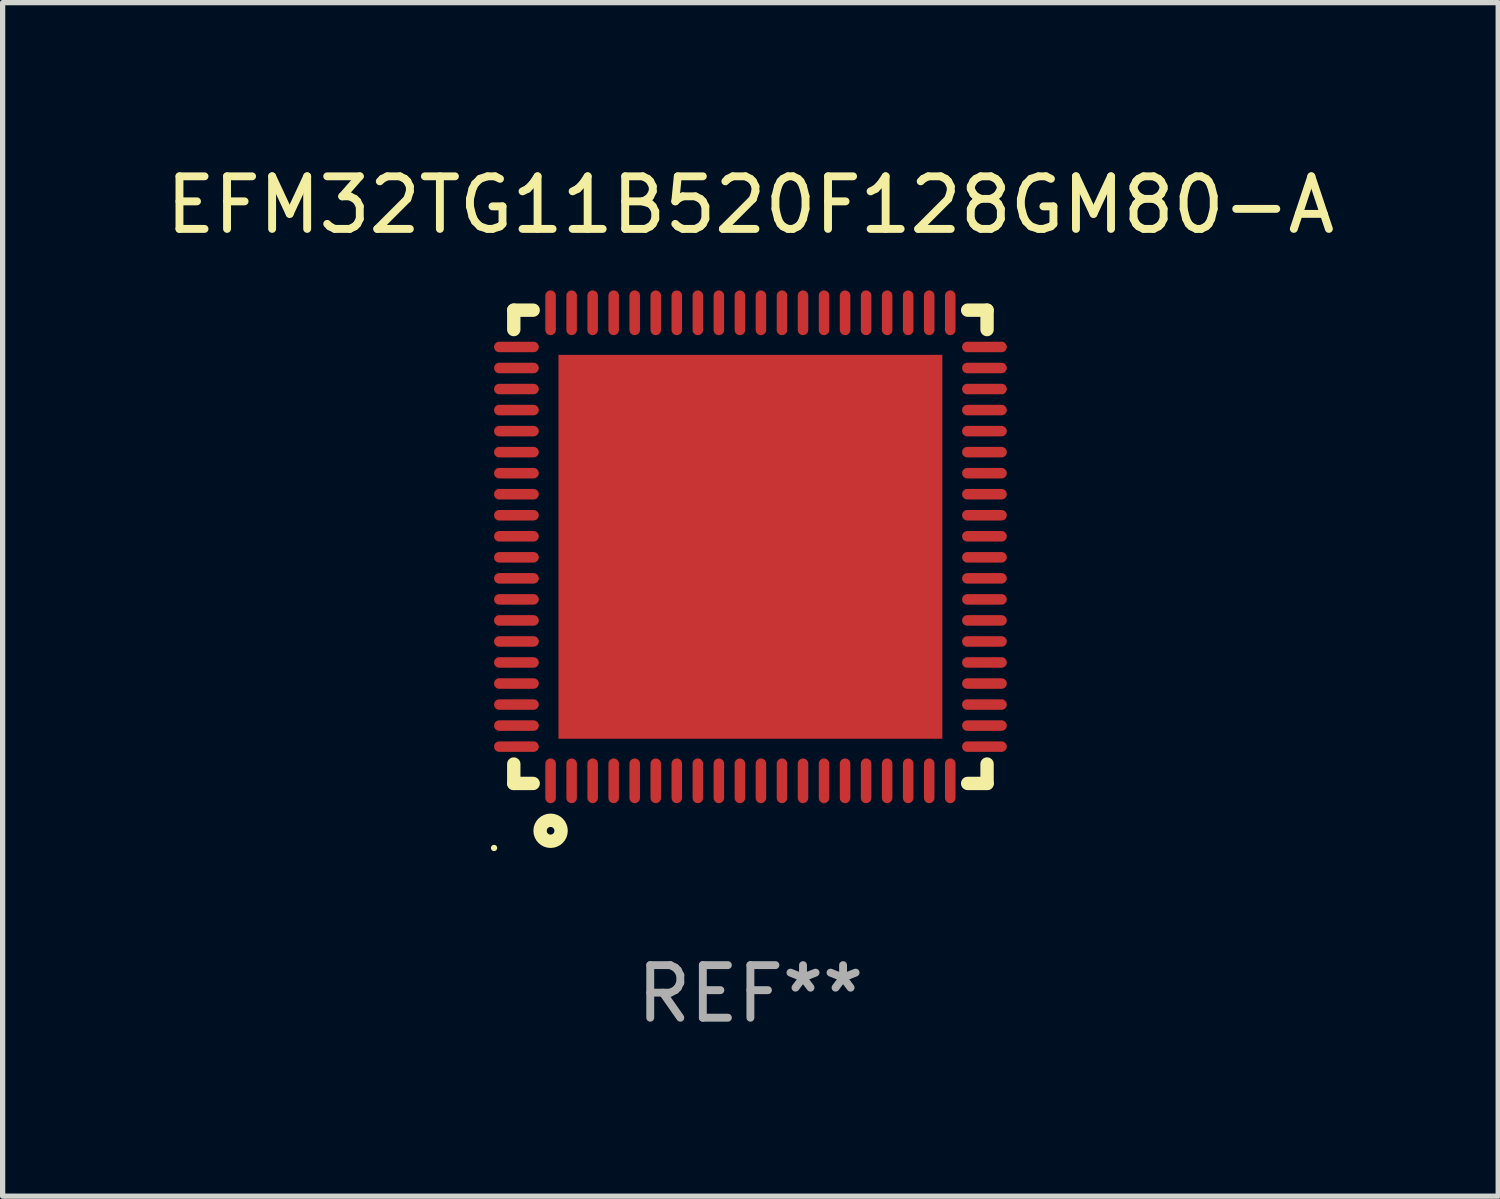
<source format=kicad_pcb>
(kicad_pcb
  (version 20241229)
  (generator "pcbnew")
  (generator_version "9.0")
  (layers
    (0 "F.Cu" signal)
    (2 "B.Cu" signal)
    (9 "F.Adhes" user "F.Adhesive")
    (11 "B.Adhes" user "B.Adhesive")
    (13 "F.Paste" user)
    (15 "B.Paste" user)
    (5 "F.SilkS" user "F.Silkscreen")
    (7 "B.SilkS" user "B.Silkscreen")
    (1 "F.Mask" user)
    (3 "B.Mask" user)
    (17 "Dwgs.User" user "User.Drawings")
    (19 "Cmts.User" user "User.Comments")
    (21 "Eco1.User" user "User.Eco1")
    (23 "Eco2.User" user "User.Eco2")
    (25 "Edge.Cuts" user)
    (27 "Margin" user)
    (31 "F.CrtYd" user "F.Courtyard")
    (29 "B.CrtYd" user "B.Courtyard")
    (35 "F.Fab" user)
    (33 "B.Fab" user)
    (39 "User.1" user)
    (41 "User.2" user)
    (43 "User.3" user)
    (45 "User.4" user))
  (footprint "EFM32TG11B520F128GM80-A"
    (layer "F.Cu")
    (at 11.22 7.348)
    (property "Reference" "EFM32TG11B520F128GM80-A" (at 0 -6.5 0) (layer "F.SilkS") (effects (font (size 1 1) (thickness 0.15))))
    (attr through_hole)
    (fp_line (start -4.5 -4.131) (end -4.5 -4.5) (stroke (width 0.254) (type solid)) (layer "F.SilkS"))
    (fp_line (start -4.5 4.5) (end -4.5 4.131) (stroke (width 0.254) (type solid)) (layer "F.SilkS"))
    (fp_line (start -4.5 -4.5) (end -4.131 -4.5) (stroke (width 0.254) (type solid)) (layer "F.SilkS"))
    (fp_line (start -4.131 4.5) (end -4.5 4.5) (stroke (width 0.254) (type solid)) (layer "F.SilkS"))
    (fp_line (start 4.131 -4.5) (end 4.5 -4.5) (stroke (width 0.254) (type solid)) (layer "F.SilkS"))
    (fp_line (start 4.5 -4.5) (end 4.5 -4.131) (stroke (width 0.254) (type solid)) (layer "F.SilkS"))
    (fp_line (start 4.5 4.131) (end 4.5 4.5) (stroke (width 0.254) (type solid)) (layer "F.SilkS"))
    (fp_line (start 4.5 4.5) (end 4.131 4.5) (stroke (width 0.254) (type solid)) (layer "F.SilkS"))
    (fp_circle (center -4.875 5.727) (end -4.845 5.727) (stroke (width 0.06) (type solid)) (fill no) (layer "F.SilkS"))
    (fp_circle (center -3.8 5.4) (end -3.6 5.4) (stroke (width 0.254) (type solid)) (fill no) (layer "F.SilkS"))
    (fp_text user "REF**" (at 0 8.5 0) (layer "F.Fab") (effects (font (size 1 1) (thickness 0.15))))
    (pad "1" smd oval (at -3.8 4.45 180) (size 0.2 0.85) (layers "F.Cu" "F.Mask" "F.Paste"))
    (pad "2" smd oval (at -3.4 4.45 180) (size 0.2 0.85) (layers "F.Cu" "F.Mask" "F.Paste"))
    (pad "3" smd oval (at -3 4.45 180) (size 0.2 0.85) (layers "F.Cu" "F.Mask" "F.Paste"))
    (pad "4" smd oval (at -2.6 4.45 180) (size 0.2 0.85) (layers "F.Cu" "F.Mask" "F.Paste"))
    (pad "5" smd oval (at -2.2 4.45 180) (size 0.2 0.85) (layers "F.Cu" "F.Mask" "F.Paste"))
    (pad "6" smd oval (at -1.8 4.45 180) (size 0.2 0.85) (layers "F.Cu" "F.Mask" "F.Paste"))
    (pad "7" smd oval (at -1.4 4.45 180) (size 0.2 0.85) (layers "F.Cu" "F.Mask" "F.Paste"))
    (pad "8" smd oval (at -1 4.45 180) (size 0.2 0.85) (layers "F.Cu" "F.Mask" "F.Paste"))
    (pad "9" smd oval (at -0.6 4.45 180) (size 0.2 0.85) (layers "F.Cu" "F.Mask" "F.Paste"))
    (pad "10" smd oval (at -0.2 4.45 180) (size 0.2 0.85) (layers "F.Cu" "F.Mask" "F.Paste"))
    (pad "11" smd oval (at 0.2 4.45 180) (size 0.2 0.85) (layers "F.Cu" "F.Mask" "F.Paste"))
    (pad "12" smd oval (at 0.6 4.45 180) (size 0.2 0.85) (layers "F.Cu" "F.Mask" "F.Paste"))
    (pad "13" smd oval (at 1 4.45 180) (size 0.2 0.85) (layers "F.Cu" "F.Mask" "F.Paste"))
    (pad "14" smd oval (at 1.4 4.45 180) (size 0.2 0.85) (layers "F.Cu" "F.Mask" "F.Paste"))
    (pad "15" smd oval (at 1.8 4.45 180) (size 0.2 0.85) (layers "F.Cu" "F.Mask" "F.Paste"))
    (pad "16" smd oval (at 2.2 4.45 180) (size 0.2 0.85) (layers "F.Cu" "F.Mask" "F.Paste"))
    (pad "17" smd oval (at 2.6 4.45 180) (size 0.2 0.85) (layers "F.Cu" "F.Mask" "F.Paste"))
    (pad "18" smd oval (at 3 4.45 180) (size 0.2 0.85) (layers "F.Cu" "F.Mask" "F.Paste"))
    (pad "19" smd oval (at 3.4 4.45 180) (size 0.2 0.85) (layers "F.Cu" "F.Mask" "F.Paste"))
    (pad "20" smd oval (at 3.8 4.45) (size 0.2 0.85) (layers "F.Cu" "F.Mask" "F.Paste"))
    (pad "21" smd oval (at 4.45 3.8 270) (size 0.2 0.85) (layers "F.Cu" "F.Mask" "F.Paste"))
    (pad "22" smd oval (at 4.45 3.4 90) (size 0.2 0.85) (layers "F.Cu" "F.Mask" "F.Paste"))
    (pad "23" smd oval (at 4.45 3 90) (size 0.2 0.85) (layers "F.Cu" "F.Mask" "F.Paste"))
    (pad "24" smd oval (at 4.45 2.6 90) (size 0.2 0.85) (layers "F.Cu" "F.Mask" "F.Paste"))
    (pad "25" smd oval (at 4.45 2.2 90) (size 0.2 0.85) (layers "F.Cu" "F.Mask" "F.Paste"))
    (pad "26" smd oval (at 4.45 1.8 90) (size 0.2 0.85) (layers "F.Cu" "F.Mask" "F.Paste"))
    (pad "27" smd oval (at 4.45 1.4 90) (size 0.2 0.85) (layers "F.Cu" "F.Mask" "F.Paste"))
    (pad "28" smd oval (at 4.45 1 90) (size 0.2 0.85) (layers "F.Cu" "F.Mask" "F.Paste"))
    (pad "29" smd oval (at 4.45 0.6 90) (size 0.2 0.85) (layers "F.Cu" "F.Mask" "F.Paste"))
    (pad "30" smd oval (at 4.45 0.2 90) (size 0.2 0.85) (layers "F.Cu" "F.Mask" "F.Paste"))
    (pad "31" smd oval (at 4.45 -0.2 90) (size 0.2 0.85) (layers "F.Cu" "F.Mask" "F.Paste"))
    (pad "32" smd oval (at 4.45 -0.6 90) (size 0.2 0.85) (layers "F.Cu" "F.Mask" "F.Paste"))
    (pad "33" smd oval (at 4.45 -1 90) (size 0.2 0.85) (layers "F.Cu" "F.Mask" "F.Paste"))
    (pad "34" smd oval (at 4.45 -1.4 90) (size 0.2 0.85) (layers "F.Cu" "F.Mask" "F.Paste"))
    (pad "35" smd oval (at 4.45 -1.8 90) (size 0.2 0.85) (layers "F.Cu" "F.Mask" "F.Paste"))
    (pad "36" smd oval (at 4.45 -2.2 90) (size 0.2 0.85) (layers "F.Cu" "F.Mask" "F.Paste"))
    (pad "37" smd oval (at 4.45 -2.6 90) (size 0.2 0.85) (layers "F.Cu" "F.Mask" "F.Paste"))
    (pad "38" smd oval (at 4.45 -3 90) (size 0.2 0.85) (layers "F.Cu" "F.Mask" "F.Paste"))
    (pad "39" smd oval (at 4.45 -3.4 90) (size 0.2 0.85) (layers "F.Cu" "F.Mask" "F.Paste"))
    (pad "40" smd oval (at 4.45 -3.8 90) (size 0.2 0.85) (layers "F.Cu" "F.Mask" "F.Paste"))
    (pad "41" smd oval (at 3.8 -4.45) (size 0.2 0.85) (layers "F.Cu" "F.Mask" "F.Paste"))
    (pad "42" smd oval (at 3.4 -4.45 180) (size 0.2 0.85) (layers "F.Cu" "F.Mask" "F.Paste"))
    (pad "43" smd oval (at 3 -4.45 180) (size 0.2 0.85) (layers "F.Cu" "F.Mask" "F.Paste"))
    (pad "44" smd oval (at 2.6 -4.45 180) (size 0.2 0.85) (layers "F.Cu" "F.Mask" "F.Paste"))
    (pad "45" smd oval (at 2.2 -4.45 180) (size 0.2 0.85) (layers "F.Cu" "F.Mask" "F.Paste"))
    (pad "46" smd oval (at 1.8 -4.45 180) (size 0.2 0.85) (layers "F.Cu" "F.Mask" "F.Paste"))
    (pad "47" smd oval (at 1.4 -4.45 180) (size 0.2 0.85) (layers "F.Cu" "F.Mask" "F.Paste"))
    (pad "48" smd oval (at 1 -4.45 180) (size 0.2 0.85) (layers "F.Cu" "F.Mask" "F.Paste"))
    (pad "49" smd oval (at 0.6 -4.45 180) (size 0.2 0.85) (layers "F.Cu" "F.Mask" "F.Paste"))
    (pad "50" smd oval (at 0.2 -4.45 180) (size 0.2 0.85) (layers "F.Cu" "F.Mask" "F.Paste"))
    (pad "51" smd oval (at -0.2 -4.45 180) (size 0.2 0.85) (layers "F.Cu" "F.Mask" "F.Paste"))
    (pad "52" smd oval (at -0.6 -4.45 180) (size 0.2 0.85) (layers "F.Cu" "F.Mask" "F.Paste"))
    (pad "53" smd oval (at -1 -4.45 180) (size 0.2 0.85) (layers "F.Cu" "F.Mask" "F.Paste"))
    (pad "54" smd oval (at -1.4 -4.45 180) (size 0.2 0.85) (layers "F.Cu" "F.Mask" "F.Paste"))
    (pad "55" smd oval (at -1.8 -4.45 180) (size 0.2 0.85) (layers "F.Cu" "F.Mask" "F.Paste"))
    (pad "56" smd oval (at -2.2 -4.45 180) (size 0.2 0.85) (layers "F.Cu" "F.Mask" "F.Paste"))
    (pad "57" smd oval (at -2.6 -4.45 180) (size 0.2 0.85) (layers "F.Cu" "F.Mask" "F.Paste"))
    (pad "58" smd oval (at -3 -4.45 180) (size 0.2 0.85) (layers "F.Cu" "F.Mask" "F.Paste"))
    (pad "59" smd oval (at -3.4 -4.45 180) (size 0.2 0.85) (layers "F.Cu" "F.Mask" "F.Paste"))
    (pad "60" smd oval (at -3.8 -4.45 180) (size 0.2 0.85) (layers "F.Cu" "F.Mask" "F.Paste"))
    (pad "61" smd oval (at -4.45 -3.8 90) (size 0.2 0.85) (layers "F.Cu" "F.Mask" "F.Paste"))
    (pad "62" smd oval (at -4.45 -3.4 90) (size 0.2 0.85) (layers "F.Cu" "F.Mask" "F.Paste"))
    (pad "63" smd oval (at -4.45 -3 90) (size 0.2 0.85) (layers "F.Cu" "F.Mask" "F.Paste"))
    (pad "64" smd oval (at -4.45 -2.6 90) (size 0.2 0.85) (layers "F.Cu" "F.Mask" "F.Paste"))
    (pad "65" smd oval (at -4.45 -2.2 90) (size 0.2 0.85) (layers "F.Cu" "F.Mask" "F.Paste"))
    (pad "66" smd oval (at -4.45 -1.8 90) (size 0.2 0.85) (layers "F.Cu" "F.Mask" "F.Paste"))
    (pad "67" smd oval (at -4.45 -1.4 90) (size 0.2 0.85) (layers "F.Cu" "F.Mask" "F.Paste"))
    (pad "68" smd oval (at -4.45 -1 90) (size 0.2 0.85) (layers "F.Cu" "F.Mask" "F.Paste"))
    (pad "69" smd oval (at -4.45 -0.6 90) (size 0.2 0.85) (layers "F.Cu" "F.Mask" "F.Paste"))
    (pad "70" smd oval (at -4.45 -0.2 90) (size 0.2 0.85) (layers "F.Cu" "F.Mask" "F.Paste"))
    (pad "71" smd oval (at -4.45 0.2 90) (size 0.2 0.85) (layers "F.Cu" "F.Mask" "F.Paste"))
    (pad "72" smd oval (at -4.45 0.6 90) (size 0.2 0.85) (layers "F.Cu" "F.Mask" "F.Paste"))
    (pad "73" smd oval (at -4.45 1 90) (size 0.2 0.85) (layers "F.Cu" "F.Mask" "F.Paste"))
    (pad "74" smd oval (at -4.45 1.4 90) (size 0.2 0.85) (layers "F.Cu" "F.Mask" "F.Paste"))
    (pad "75" smd oval (at -4.45 1.8 90) (size 0.2 0.85) (layers "F.Cu" "F.Mask" "F.Paste"))
    (pad "76" smd oval (at -4.45 2.2 90) (size 0.2 0.85) (layers "F.Cu" "F.Mask" "F.Paste"))
    (pad "77" smd oval (at -4.45 2.6 90) (size 0.2 0.85) (layers "F.Cu" "F.Mask" "F.Paste"))
    (pad "78" smd oval (at -4.45 3 90) (size 0.2 0.85) (layers "F.Cu" "F.Mask" "F.Paste"))
    (pad "79" smd oval (at -4.45 3.4 90) (size 0.2 0.85) (layers "F.Cu" "F.Mask" "F.Paste"))
    (pad "80" smd oval (at -4.45 3.8 270) (size 0.2 0.85) (layers "F.Cu" "F.Mask" "F.Paste"))
    (pad "81" smd rect (at 0.000013 -0.000013) (size 7.3 7.3) (layers "F.Cu" "F.Mask" "F.Paste")))
  (gr_rect
    (start -3 -3)
    (end 25.44 19.697)
    (stroke (width 0.1) (type default))
    (fill no)
    (layer "Edge.Cuts")))
</source>
